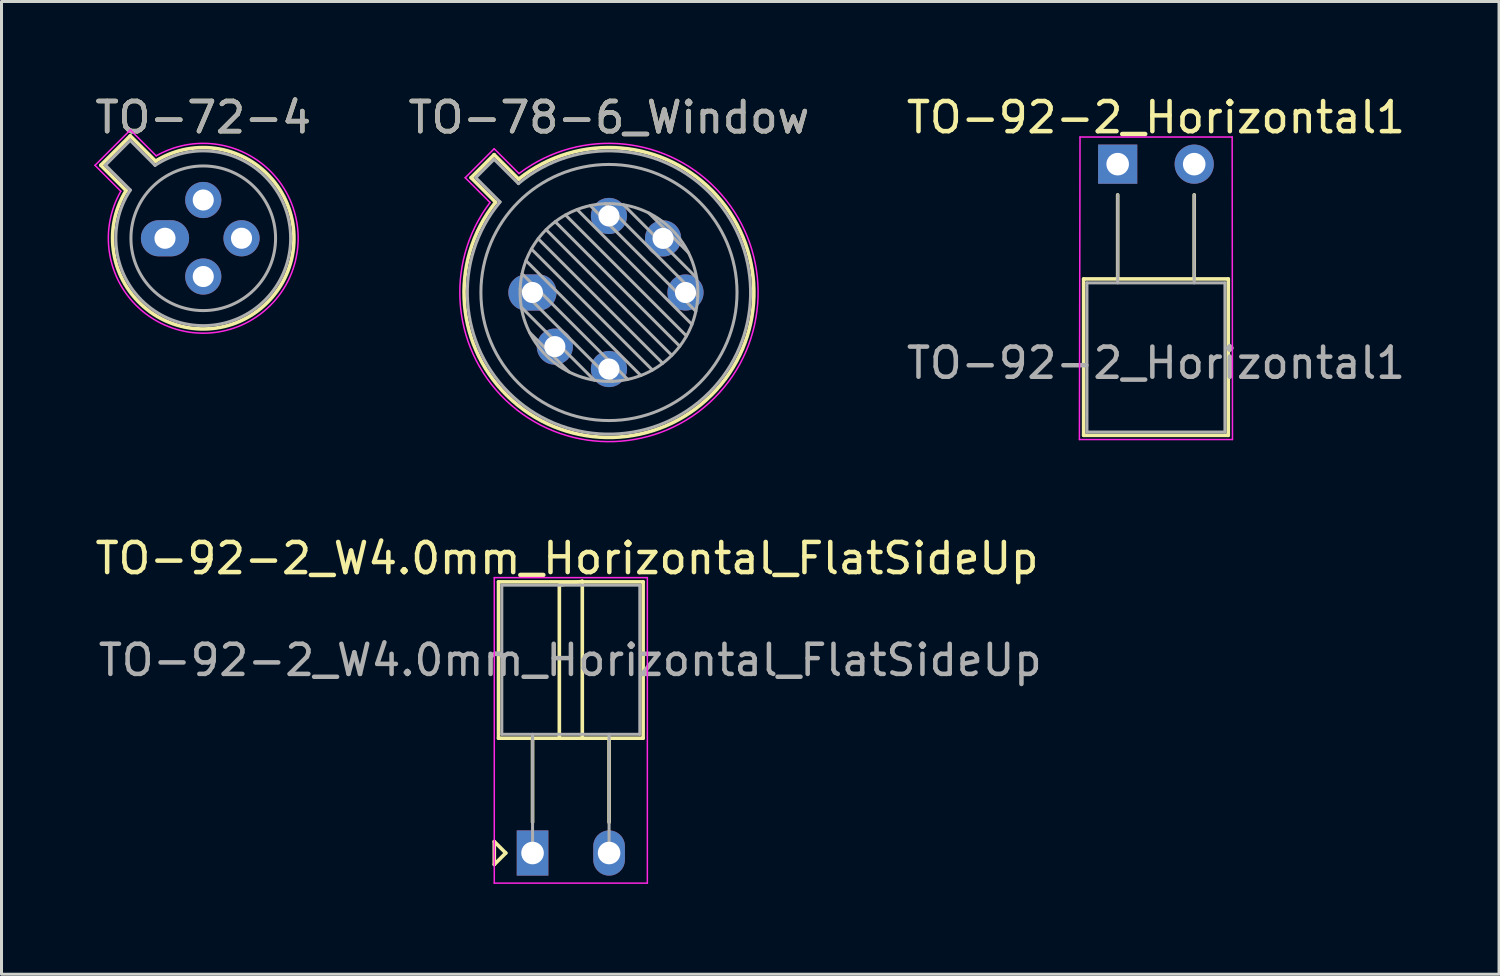
<source format=kicad_pcb>
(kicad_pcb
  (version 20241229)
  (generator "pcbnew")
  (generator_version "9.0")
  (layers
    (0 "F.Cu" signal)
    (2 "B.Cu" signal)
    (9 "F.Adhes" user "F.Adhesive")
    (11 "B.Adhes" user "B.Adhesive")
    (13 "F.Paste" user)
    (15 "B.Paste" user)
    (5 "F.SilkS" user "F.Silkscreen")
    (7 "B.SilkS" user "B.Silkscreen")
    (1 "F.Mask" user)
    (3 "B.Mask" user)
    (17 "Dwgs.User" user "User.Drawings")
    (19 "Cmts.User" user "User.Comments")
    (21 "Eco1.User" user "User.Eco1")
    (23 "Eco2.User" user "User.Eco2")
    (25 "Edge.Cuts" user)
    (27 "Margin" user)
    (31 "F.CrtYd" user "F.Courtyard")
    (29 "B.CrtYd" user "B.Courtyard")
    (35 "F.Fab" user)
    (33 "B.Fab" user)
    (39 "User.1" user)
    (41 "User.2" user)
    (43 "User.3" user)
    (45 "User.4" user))
  (footprint "TO-92-2_W4.0mm_Horizontal_FlatSideUp"
    (layer "F.Cu")
    (at 14.625 25.261)
    (property "Reference" "TO-92-2_W4.0mm_Horizontal_FlatSideUp" (at 1.143 -9.779 0) (layer "F.SilkS") (effects (font (size 1 1) (thickness 0.15))))
    (attr through_hole)
    (fp_line (start -1.27 -0.381) (end -1.27 0.381) (stroke (width 0.12) (type solid)) (layer "F.SilkS"))
    (fp_line (start -1.27 0.381) (end -0.889 0) (stroke (width 0.12) (type solid)) (layer "F.SilkS"))
    (fp_line (start -1.13 -9) (end -1.13 -3.81) (stroke (width 0.12) (type solid)) (layer "F.SilkS"))
    (fp_line (start -1.13 -3.81) (end 3.67 -3.81) (stroke (width 0.12) (type solid)) (layer "F.SilkS"))
    (fp_line (start -0.889 0) (end -1.27 -0.381) (stroke (width 0.12) (type solid)) (layer "F.SilkS"))
    (fp_line (start 0 -1.02) (end 0 -3.81) (stroke (width 0.12) (type solid)) (layer "F.SilkS"))
    (fp_line (start 0.889 -8.89) (end 1.651 -9.017) (stroke (width 0.12) (type solid)) (layer "F.SilkS"))
    (fp_line (start 0.889 -3.81) (end 0.889 -8.89) (stroke (width 0.12) (type solid)) (layer "F.SilkS"))
    (fp_line (start 1.651 -9.017) (end 1.651 -3.81) (stroke (width 0.12) (type solid)) (layer "F.SilkS"))
    (fp_line (start 2.54 -1.02) (end 2.54 -3.81) (stroke (width 0.12) (type solid)) (layer "F.SilkS"))
    (fp_line (start 3.67 -9) (end -1.13 -9) (stroke (width 0.12) (type solid)) (layer "F.SilkS"))
    (fp_line (start 3.67 -3.81) (end 3.67 -9) (stroke (width 0.12) (type solid)) (layer "F.SilkS"))
    (fp_line (start -1.27 -9.14) (end -1.27 1) (stroke (width 0.05) (type solid)) (layer "F.CrtYd"))
    (fp_line (start -1.27 -9.14) (end 3.81 -9.14) (stroke (width 0.05) (type solid)) (layer "F.CrtYd"))
    (fp_line (start 3.81 1) (end -1.27 1) (stroke (width 0.05) (type solid)) (layer "F.CrtYd"))
    (fp_line (start 3.81 1) (end 3.81 -9.14) (stroke (width 0.05) (type solid)) (layer "F.CrtYd"))
    (fp_line (start -1.02 -8.89) (end -1.02 -3.94) (stroke (width 0.1) (type solid)) (layer "F.Fab"))
    (fp_line (start -1.02 -3.94) (end 3.56 -3.94) (stroke (width 0.1) (type solid)) (layer "F.Fab"))
    (fp_line (start 0 -3.94) (end 0 0) (stroke (width 0.1) (type solid)) (layer "F.Fab"))
    (fp_line (start 2.54 -3.94) (end 2.54 0) (stroke (width 0.1) (type solid)) (layer "F.Fab"))
    (fp_line (start 3.56 -8.89) (end -1.02 -8.89) (stroke (width 0.1) (type solid)) (layer "F.Fab"))
    (fp_line (start 3.56 -3.94) (end 3.56 -8.89) (stroke (width 0.1) (type solid)) (layer "F.Fab"))
    (fp_text user "${REFERENCE}" (at 1.25 -6.4 0) (layer "F.Fab") (effects (font (size 1 1) (thickness 0.15))))
    (pad "1" thru_hole rect (at 0 0) (size 1.05 1.5) (drill 0.75) (layers "*.Cu" "*.Mask"))
    (pad "2" thru_hole oval (at 2.54 0) (size 1.05 1.5) (drill 0.75) (layers "*.Cu" "*.Mask")))
  (footprint "TO-72-4"
    (layer "F.Cu")
    (at 2.426 4.858)
    (property "Reference" "TO-72-4" (at 1.27 -4.01 0) (layer "F.SilkS") (effects (font (size 1 1) (thickness 0.15))))
    (attr through_hole)
    (fp_line (start -2.13 -2.424) (end -1.29 -1.584) (stroke (width 0.12) (type solid)) (layer "F.SilkS"))
    (fp_line (start -1.154 -3.4) (end -2.13 -2.424) (stroke (width 0.12) (type solid)) (layer "F.SilkS"))
    (fp_line (start -0.314 -2.56) (end -1.154 -3.4) (stroke (width 0.12) (type solid)) (layer "F.SilkS"))
    (fp_arc (start -0.313811 -2.559618) (mid 3.398391 2.128391) (end -1.289618 -1.583811) (stroke (width 0.12) (type solid)) (layer "F.SilkS"))
    (fp_line (start -2.324 -2.42) (end -1.466 -1.562) (stroke (width 0.05) (type solid)) (layer "F.CrtYd"))
    (fp_line (start -1.15 -3.594) (end -2.324 -2.42) (stroke (width 0.05) (type solid)) (layer "F.CrtYd"))
    (fp_line (start -0.292 -2.736) (end -1.15 -3.594) (stroke (width 0.05) (type solid)) (layer "F.CrtYd"))
    (fp_arc (start -0.291775 -2.735573) (mid 3.497386 2.227386) (end -1.465573 -1.561775) (stroke (width 0.05) (type solid)) (layer "F.CrtYd"))
    (fp_line (start -1.977 -2.426) (end -1.149 -1.599) (stroke (width 0.1) (type solid)) (layer "F.Fab"))
    (fp_line (start -1.156 -3.247) (end -1.977 -2.426) (stroke (width 0.1) (type solid)) (layer "F.Fab"))
    (fp_line (start -0.329 -2.419) (end -1.156 -3.247) (stroke (width 0.1) (type solid)) (layer "F.Fab"))
    (fp_arc (start -0.329057 -2.419301) (mid 3.32061 2.05061) (end -1.149301 -1.599057) (stroke (width 0.1) (type solid)) (layer "F.Fab"))
    (fp_circle (center 1.27 0) (end 3.67 0) (stroke (width 0.1) (type solid)) (fill no) (layer "F.Fab"))
    (fp_text user "${REFERENCE}" (at 1.27 -4.01 0) (layer "F.Fab") (effects (font (size 1 1) (thickness 0.15))))
    (pad "1" thru_hole oval (at 0 0) (size 1.6 1.2) (drill 0.7) (layers "*.Cu" "*.Mask"))
    (pad "2" thru_hole circle (at 1.27 1.27) (size 1.2 1.2) (drill 0.7) (layers "*.Cu" "*.Mask"))
    (pad "3" thru_hole circle (at 2.54 0) (size 1.2 1.2) (drill 0.7) (layers "*.Cu" "*.Mask"))
    (pad "4" thru_hole circle (at 1.27 -1.27) (size 1.2 1.2) (drill 0.7) (layers "*.Cu" "*.Mask")))
  (footprint "TO-92-2_Horizontal1"
    (layer "F.Cu")
    (at 34.045 2.398)
    (property "Reference" "TO-92-2_Horizontal1" (at 1.27 -1.55 0) (layer "F.SilkS") (effects (font (size 1 1) (thickness 0.15))))
    (attr through_hole)
    (fp_line (start -1.13 3.81) (end 3.67 3.81) (stroke (width 0.12) (type solid)) (layer "F.SilkS"))
    (fp_line (start -1.13 9) (end -1.13 3.81) (stroke (width 0.12) (type solid)) (layer "F.SilkS"))
    (fp_line (start 0 1.02) (end 0 3.81) (stroke (width 0.12) (type solid)) (layer "F.SilkS"))
    (fp_line (start 2.54 1.02) (end 2.54 3.81) (stroke (width 0.12) (type solid)) (layer "F.SilkS"))
    (fp_line (start 3.67 3.81) (end 3.67 9) (stroke (width 0.12) (type solid)) (layer "F.SilkS"))
    (fp_line (start 3.67 9) (end -1.13 9) (stroke (width 0.12) (type solid)) (layer "F.SilkS"))
    (fp_line (start -1.25 -0.9) (end -1.27 9.14) (stroke (width 0.05) (type solid)) (layer "F.CrtYd"))
    (fp_line (start -1.25 -0.9) (end 3.8 -0.9) (stroke (width 0.05) (type solid)) (layer "F.CrtYd"))
    (fp_line (start 3.81 9.14) (end -1.27 9.14) (stroke (width 0.05) (type solid)) (layer "F.CrtYd"))
    (fp_line (start 3.81 9.14) (end 3.8 -0.9) (stroke (width 0.05) (type solid)) (layer "F.CrtYd"))
    (fp_line (start -1.02 3.94) (end 3.56 3.94) (stroke (width 0.1) (type solid)) (layer "F.Fab"))
    (fp_line (start -1.02 8.89) (end -1.02 3.94) (stroke (width 0.1) (type solid)) (layer "F.Fab"))
    (fp_line (start 0 3.94) (end 0 1.02) (stroke (width 0.1) (type solid)) (layer "F.Fab"))
    (fp_line (start 2.54 3.94) (end 2.54 1.02) (stroke (width 0.1) (type solid)) (layer "F.Fab"))
    (fp_line (start 3.56 3.94) (end 3.56 8.89) (stroke (width 0.1) (type solid)) (layer "F.Fab"))
    (fp_line (start 3.56 8.89) (end -1.02 8.89) (stroke (width 0.1) (type solid)) (layer "F.Fab"))
    (fp_text user "${REFERENCE}" (at 1.27 6.6 0) (layer "F.Fab") (effects (font (size 1 1) (thickness 0.15))))
    (pad "1" thru_hole rect (at 0 0 90) (size 1.3 1.3) (drill 0.75) (layers "*.Cu" "*.Mask"))
    (pad "2" thru_hole circle (at 2.54 0 90) (size 1.3 1.3) (drill 0.75) (layers "*.Cu" "*.Mask")))
  (footprint "TO-78-6_Window"
    (layer "F.Cu")
    (at 14.621 6.658)
    (property "Reference" "TO-78-6_Window" (at 2.54 -5.81 0) (layer "F.SilkS") (effects (font (size 1 1) (thickness 0.15))))
    (attr through_hole)
    (fp_line (start -2.035 -3.811) (end -1.222 -2.998) (stroke (width 0.12) (type solid)) (layer "F.SilkS"))
    (fp_line (start -1.271 -4.575) (end -2.035 -3.811) (stroke (width 0.12) (type solid)) (layer "F.SilkS"))
    (fp_line (start -0.458 -3.762) (end -1.271 -4.575) (stroke (width 0.12) (type solid)) (layer "F.SilkS"))
    (fp_arc (start -0.457844 -3.76152) (mid 5.941184 3.401184) (end -1.22152 -2.997844) (stroke (width 0.12) (type solid)) (layer "F.SilkS"))
    (fp_line (start -2.231 -3.81) (end -1.408 -2.986) (stroke (width 0.05) (type solid)) (layer "F.CrtYd"))
    (fp_line (start -1.27 -4.771) (end -2.231 -3.81) (stroke (width 0.05) (type solid)) (layer "F.CrtYd"))
    (fp_line (start -0.446 -3.948) (end -1.27 -4.771) (stroke (width 0.05) (type solid)) (layer "F.CrtYd"))
    (fp_arc (start -0.446162 -3.947827) (mid 6.040179 3.500179) (end -1.407827 -2.986162) (stroke (width 0.05) (type solid)) (layer "F.CrtYd"))
    (fp_line (start -1.88 -3.812) (end -1.074 -3.005) (stroke (width 0.1) (type solid)) (layer "F.Fab"))
    (fp_line (start -1.272 -4.42) (end -1.88 -3.812) (stroke (width 0.1) (type solid)) (layer "F.Fab"))
    (fp_line (start -0.465 -3.614) (end -1.272 -4.42) (stroke (width 0.1) (type solid)) (layer "F.Fab"))
    (fp_line (start -0.408 -0.12) (end 2.66 2.948) (stroke (width 0.1) (type solid)) (layer "F.Fab"))
    (fp_line (start -0.371 0.485) (end 2.055 2.911) (stroke (width 0.1) (type solid)) (layer "F.Fab"))
    (fp_line (start -0.344 -0.622) (end 3.162 2.884) (stroke (width 0.1) (type solid)) (layer "F.Fab"))
    (fp_line (start -0.215 -1.058) (end 3.598 2.755) (stroke (width 0.1) (type solid)) (layer "F.Fab"))
    (fp_line (start -0.097 1.324) (end 1.216 2.637) (stroke (width 0.1) (type solid)) (layer "F.Fab"))
    (fp_line (start -0.034 -1.443) (end 3.983 2.574) (stroke (width 0.1) (type solid)) (layer "F.Fab"))
    (fp_line (start 0.19 -1.784) (end 4.324 2.35) (stroke (width 0.1) (type solid)) (layer "F.Fab"))
    (fp_line (start 0.454 -2.086) (end 4.626 2.086) (stroke (width 0.1) (type solid)) (layer "F.Fab"))
    (fp_line (start 0.756 -2.35) (end 4.89 1.784) (stroke (width 0.1) (type solid)) (layer "F.Fab"))
    (fp_line (start 1.097 -2.574) (end 5.114 1.443) (stroke (width 0.1) (type solid)) (layer "F.Fab"))
    (fp_line (start 1.482 -2.755) (end 5.295 1.058) (stroke (width 0.1) (type solid)) (layer "F.Fab"))
    (fp_line (start 1.918 -2.884) (end 5.424 0.622) (stroke (width 0.1) (type solid)) (layer "F.Fab"))
    (fp_line (start 2.42 -2.948) (end 5.488 0.12) (stroke (width 0.1) (type solid)) (layer "F.Fab"))
    (fp_line (start 3.025 -2.911) (end 5.451 -0.485) (stroke (width 0.1) (type solid)) (layer "F.Fab"))
    (fp_line (start 3.864 -2.637) (end 5.177 -1.324) (stroke (width 0.1) (type solid)) (layer "F.Fab"))
    (fp_arc (start -0.465408 -3.61352) (mid 5.863402 3.323402) (end -1.07352 -3.005408) (stroke (width 0.1) (type solid)) (layer "F.Fab"))
    (fp_circle (center 2.54 0) (end 5.49 0) (stroke (width 0.1) (type solid)) (fill no) (layer "F.Fab"))
    (fp_circle (center 2.54 0) (end 6.79 0) (stroke (width 0.1) (type solid)) (fill no) (layer "F.Fab"))
    (fp_text user "${REFERENCE}" (at 2.54 -5.81 0) (layer "F.Fab") (effects (font (size 1 1) (thickness 0.15))))
    (pad "1" thru_hole oval (at 0 0) (size 1.6 1.2) (drill 0.7) (layers "*.Cu" "*.Mask"))
    (pad "2" thru_hole circle (at 0.744 1.796) (size 1.2 1.2) (drill 0.7) (layers "*.Cu" "*.Mask"))
    (pad "3" thru_hole circle (at 2.54 2.54) (size 1.2 1.2) (drill 0.7) (layers "*.Cu" "*.Mask"))
    (pad "4" thru_hole circle (at 5.08 0) (size 1.2 1.2) (drill 0.7) (layers "*.Cu" "*.Mask"))
    (pad "5" thru_hole circle (at 4.336 -1.796) (size 1.2 1.2) (drill 0.7) (layers "*.Cu" "*.Mask"))
    (pad "6" thru_hole circle (at 2.54 -2.54) (size 1.2 1.2) (drill 0.7) (layers "*.Cu" "*.Mask")))
  (gr_rect
    (start -3 -3)
    (end 46.702 29.285)
    (stroke (width 0.1) (type default))
    (fill no)
    (layer "Edge.Cuts")))
</source>
